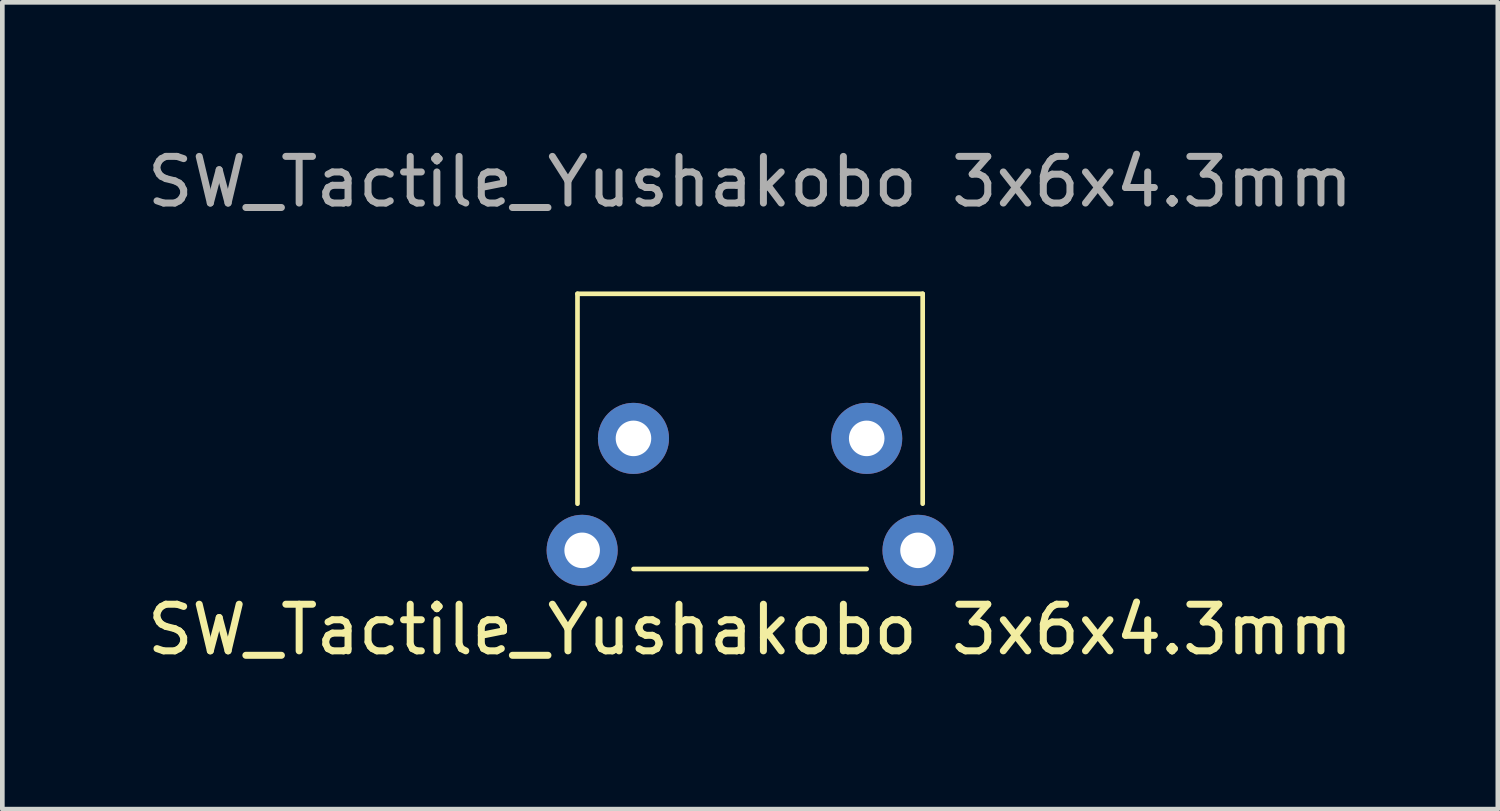
<source format=kicad_pcb>
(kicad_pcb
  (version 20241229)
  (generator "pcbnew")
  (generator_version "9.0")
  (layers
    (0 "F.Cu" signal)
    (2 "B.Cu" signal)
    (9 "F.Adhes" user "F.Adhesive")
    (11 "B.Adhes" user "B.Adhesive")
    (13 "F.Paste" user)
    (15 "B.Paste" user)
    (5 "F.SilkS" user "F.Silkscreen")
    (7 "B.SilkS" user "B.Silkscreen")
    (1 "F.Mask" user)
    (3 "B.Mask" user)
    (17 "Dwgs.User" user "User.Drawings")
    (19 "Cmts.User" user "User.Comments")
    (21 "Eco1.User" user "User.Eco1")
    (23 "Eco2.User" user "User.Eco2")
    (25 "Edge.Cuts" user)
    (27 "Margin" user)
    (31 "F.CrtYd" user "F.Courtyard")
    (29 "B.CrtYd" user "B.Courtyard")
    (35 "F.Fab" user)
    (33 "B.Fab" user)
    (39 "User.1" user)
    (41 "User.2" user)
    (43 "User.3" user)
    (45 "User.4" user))
  (footprint "SW_Tactile_Yushakobo 3x6x4.3mm"
    (layer "F.Cu")
    (at 10.53 6.348)
    (property "Reference" "SW_Tactile_Yushakobo 3x6x4.3mm" (at 2.5 4.1 0) (unlocked yes) (layer "F.SilkS") (effects (font (size 1 1) (thickness 0.15))))
    (attr through_hole)
    (fp_line (start -1.2 -3.1) (end 6.2 -3.1) (stroke (width 0.1) (type solid)) (layer "F.SilkS"))
    (fp_line (start -1.2 1.4) (end -1.2 -3.1) (stroke (width 0.1) (type solid)) (layer "F.SilkS"))
    (fp_line (start 5 2.8) (end 0 2.8) (stroke (width 0.1) (type solid)) (layer "F.SilkS"))
    (fp_line (start 6.2 -3.1) (end 6.2 1.4) (stroke (width 0.1) (type solid)) (layer "F.SilkS"))
    (fp_text user "${REFERENCE}" (at 2.5 -5.5 0) (unlocked yes) (layer "F.Fab") (effects (font (size 1 1) (thickness 0.15))))
    (pad "1" thru_hole circle (at 0 0) (size 1.524 1.524) (drill 0.762) (layers "*.Cu" "*.Mask"))
    (pad "2" thru_hole circle (at 5 0) (size 1.524 1.524) (drill 0.762) (layers "*.Cu" "*.Mask"))
    (pad "3" thru_hole circle (at -1.1 2.4) (size 1.524 1.524) (drill 0.762) (layers "*.Cu" "*.Mask"))
    (pad "4" thru_hole circle (at 6.1 2.4) (size 1.524 1.524) (drill 0.762) (layers "*.Cu" "*.Mask")))
  (gr_rect
    (start -3 -3)
    (end 29.06 14.296)
    (stroke (width 0.1) (type default))
    (fill no)
    (layer "Edge.Cuts")))
</source>
